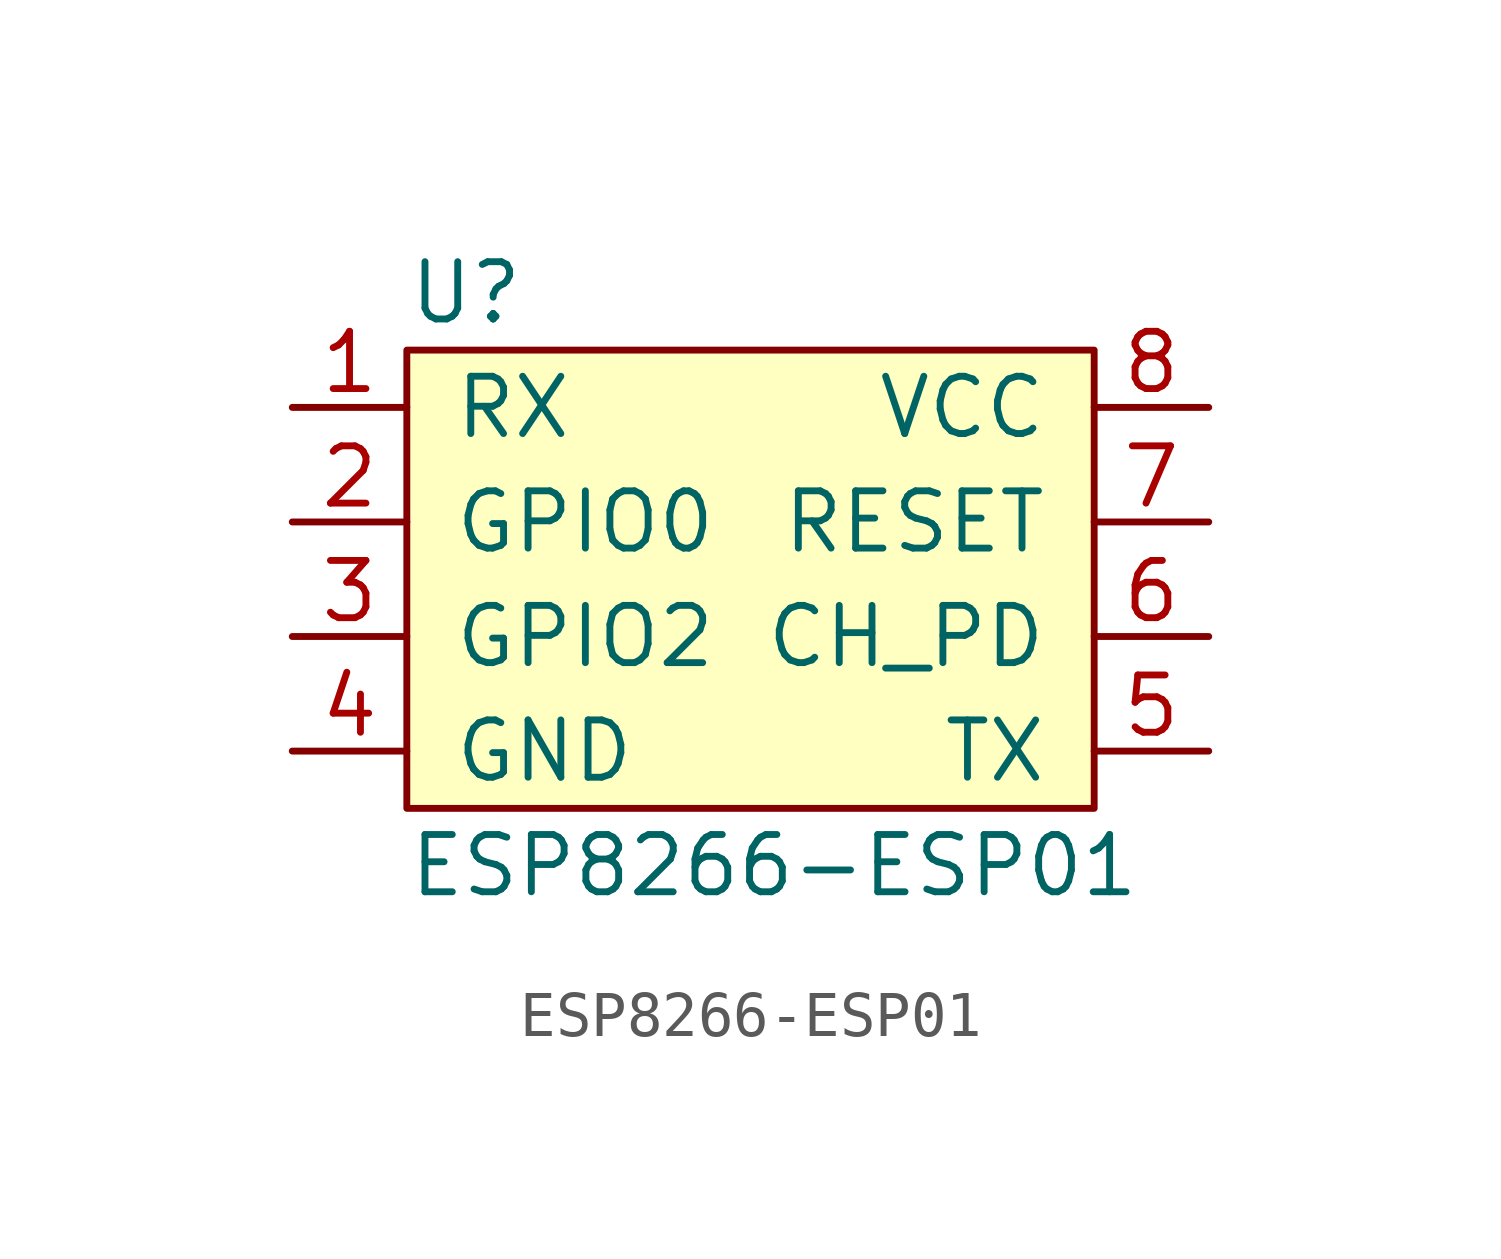
<source format=kicad_sym>
(kicad_symbol_lib
  (version 20211014)
  (generator kicad_symbol_editor)
  (symbol "ESP8266-ESP01"
    (pin_names
      (offset 1.016))
    (property "Reference" "U"
      (at -7.62 5.08 0)
      (effects (font (size 1.27 1.27)) (justify left)))
    (property "Value" "ESP8266-ESP01"
      (at -7.62 -7.62 0)
      (effects (font (size 1.27 1.27)) (justify left)))
    (symbol "ESP8266-ESP01_0_1"
      (rectangle (start -7.62 3.81) (end 7.62 -6.35) (stroke (width 0) (type default) (color 0 0 0 0)) (fill (type background))))
    (symbol "ESP8266-ESP01_1_1"
      (pin input line (at -10.16 2.54 0) (length 2.54) (name "RX" (effects (font (size 1.27 1.27)))) (number "1" (effects (font (size 1.27 1.27)))))
      (pin bidirectional line (at -10.16 0 0) (length 2.54) (name "GPIO0" (effects (font (size 1.27 1.27)))) (number "2" (effects (font (size 1.27 1.27)))))
      (pin bidirectional line (at -10.16 -2.54 0) (length 2.54) (name "GPIO2" (effects (font (size 1.27 1.27)))) (number "3" (effects (font (size 1.27 1.27)))))
      (pin power_in line (at -10.16 -5.08 0) (length 2.54) (name "GND" (effects (font (size 1.27 1.27)))) (number "4" (effects (font (size 1.27 1.27)))))
      (pin output line (at 10.16 -5.08 180) (length 2.54) (name "TX" (effects (font (size 1.27 1.27)))) (number "5" (effects (font (size 1.27 1.27)))))
      (pin input line (at 10.16 -2.54 180) (length 2.54) (name "CH_PD" (effects (font (size 1.27 1.27)))) (number "6" (effects (font (size 1.27 1.27)))))
      (pin input line (at 10.16 0 180) (length 2.54) (name "RESET" (effects (font (size 1.27 1.27)))) (number "7" (effects (font (size 1.27 1.27)))))
      (pin power_in line (at 10.16 2.54 180) (length 2.54) (name "VCC" (effects (font (size 1.27 1.27)))) (number "8" (effects (font (size 1.27 1.27))))))))
</source>
